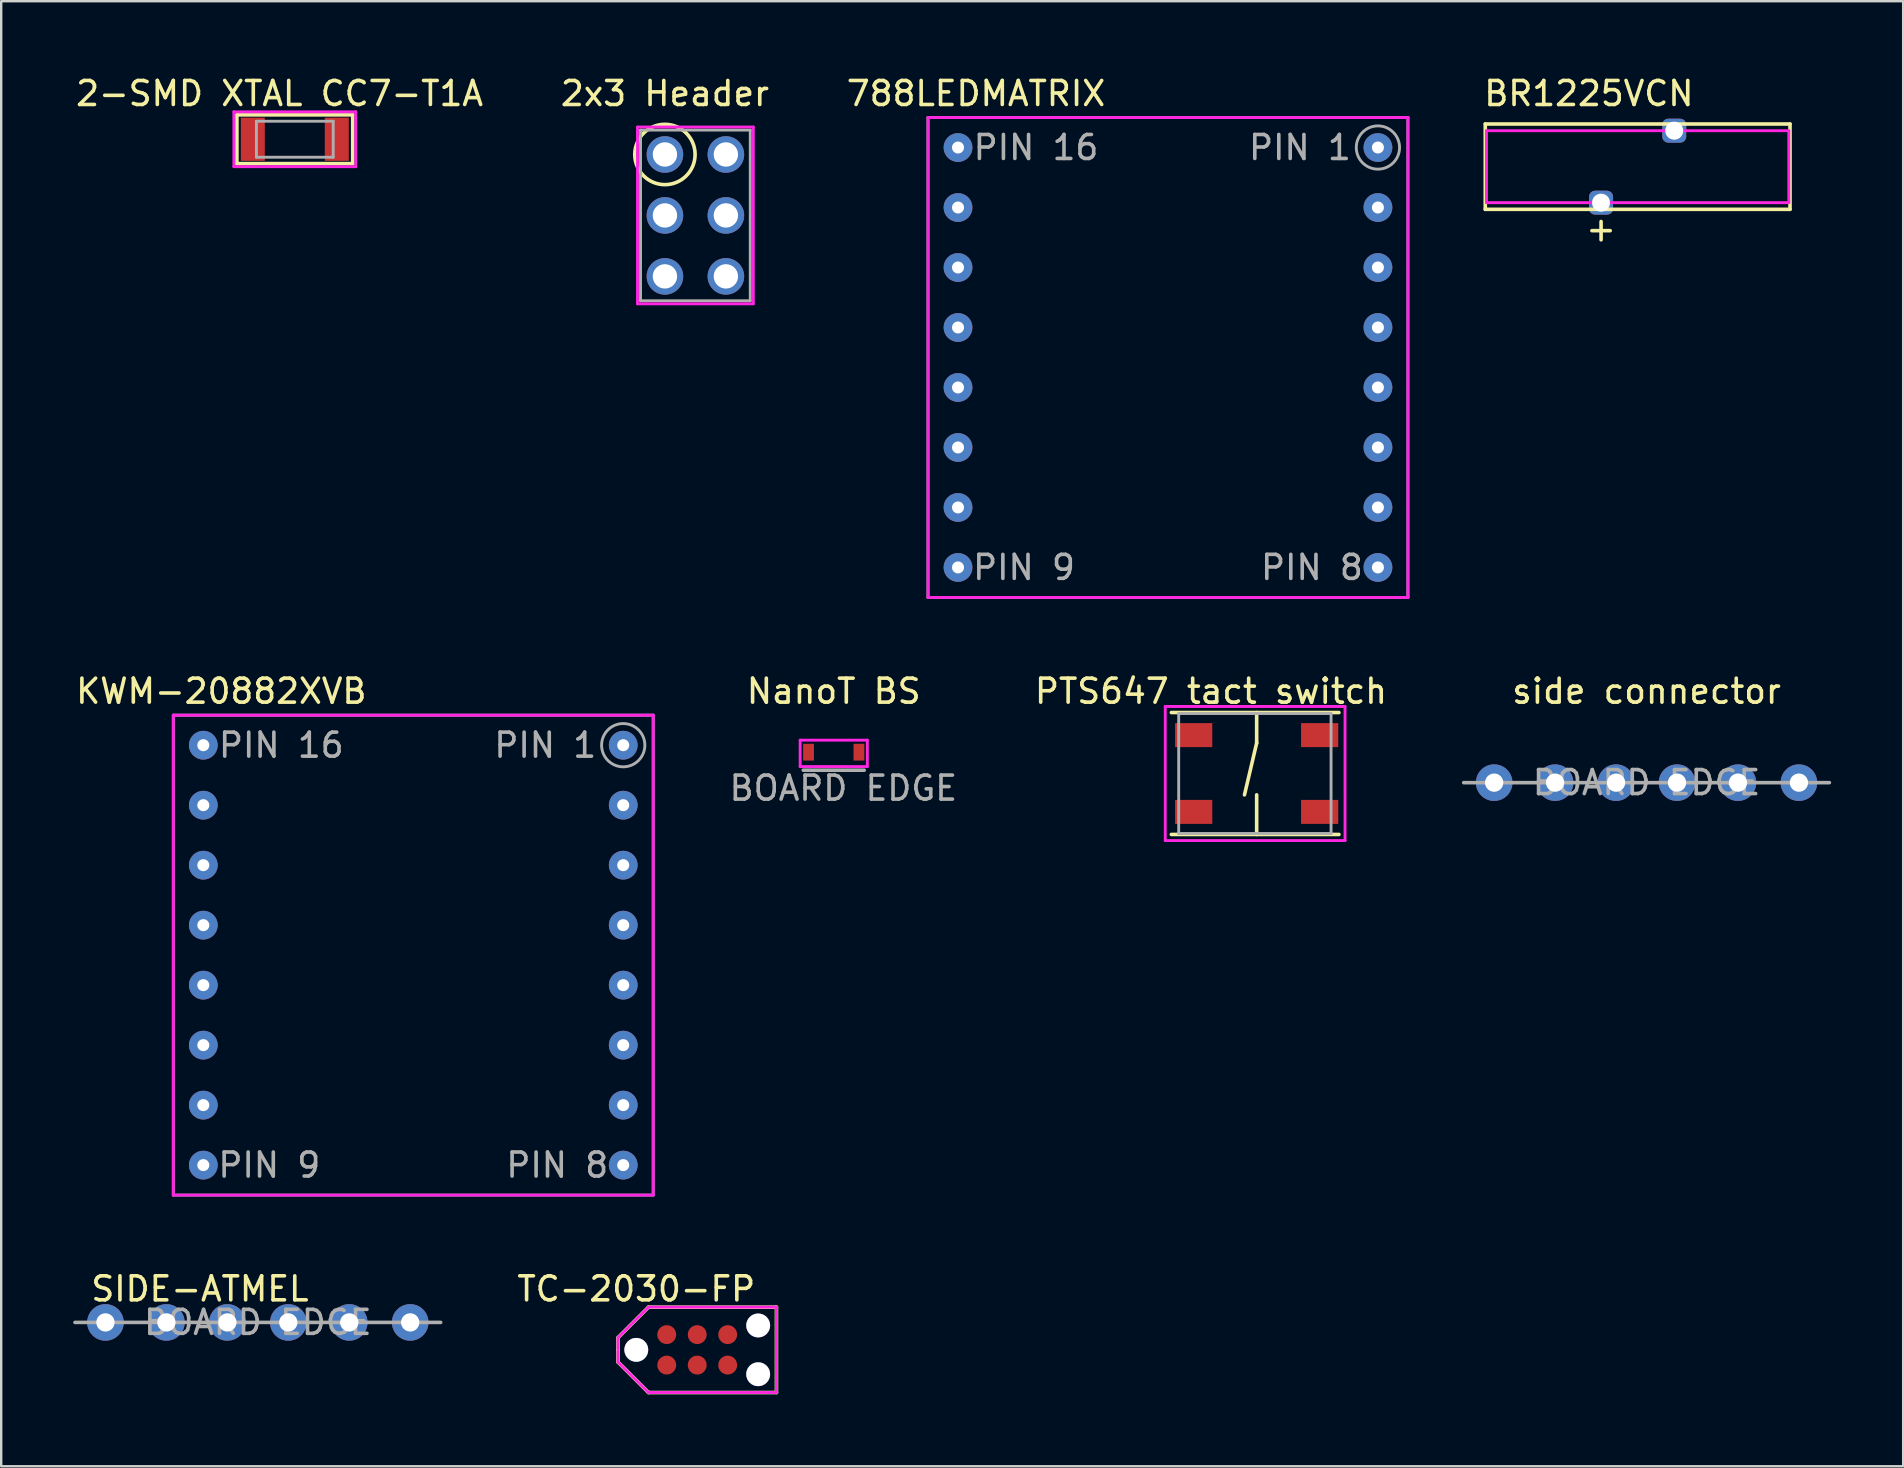
<source format=kicad_pcb>
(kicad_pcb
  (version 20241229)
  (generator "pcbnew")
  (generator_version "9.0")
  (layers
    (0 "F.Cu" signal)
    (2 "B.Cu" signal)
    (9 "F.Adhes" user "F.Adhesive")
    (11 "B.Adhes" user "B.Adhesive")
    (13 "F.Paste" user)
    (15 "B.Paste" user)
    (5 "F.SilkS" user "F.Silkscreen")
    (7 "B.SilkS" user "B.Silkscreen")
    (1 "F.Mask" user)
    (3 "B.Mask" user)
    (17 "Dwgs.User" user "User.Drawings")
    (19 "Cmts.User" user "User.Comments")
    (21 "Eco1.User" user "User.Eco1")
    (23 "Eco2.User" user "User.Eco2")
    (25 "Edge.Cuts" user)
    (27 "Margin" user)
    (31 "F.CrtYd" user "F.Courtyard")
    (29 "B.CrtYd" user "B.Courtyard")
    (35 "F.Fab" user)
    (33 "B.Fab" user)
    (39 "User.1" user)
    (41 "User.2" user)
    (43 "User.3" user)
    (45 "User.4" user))
  (footprint "788LEDMATRIX"
    (layer "F.Cu")
    (at 45.625 3.098)
    (property "Reference" "788LEDMATRIX" (at -8 -2.25 0) (layer "F.SilkS") (effects (font (size 1 1) (thickness 0.15))))
    (attr through_hole)
    (fp_line (start -10 -1.25) (end 10 -1.25) (stroke (width 0.12) (type solid)) (layer "F.CrtYd"))
    (fp_line (start -10 18.75) (end -10 -1.25) (stroke (width 0.12) (type solid)) (layer "F.CrtYd"))
    (fp_line (start 10 -1.25) (end 10 18.75) (stroke (width 0.12) (type solid)) (layer "F.CrtYd"))
    (fp_line (start 10 18.75) (end -10 18.75) (stroke (width 0.12) (type solid)) (layer "F.CrtYd"))
    (fp_line (start -10 -1.25) (end 10 -1.25) (stroke (width 0.12) (type solid)) (layer "F.Fab"))
    (fp_line (start -10 18.75) (end -10 -1.25) (stroke (width 0.12) (type solid)) (layer "F.Fab"))
    (fp_line (start 10 -1.25) (end 10 18.75) (stroke (width 0.12) (type solid)) (layer "F.Fab"))
    (fp_line (start 10 18.75) (end -10 18.75) (stroke (width 0.12) (type solid)) (layer "F.Fab"))
    (fp_circle (center 8.75 0) (end 9.5 -0.5) (stroke (width 0.12) (type solid)) (fill no) (layer "F.Fab"))
    (fp_text user "PIN 8" (at 6 17.5 0) (layer "F.Fab") (effects (font (size 1 1) (thickness 0.15))))
    (fp_text user "PIN 16" (at -5.5 0 0) (layer "F.Fab") (effects (font (size 1 1) (thickness 0.15))))
    (fp_text user "PIN 9" (at -6 17.5 0) (layer "F.Fab") (effects (font (size 1 1) (thickness 0.15))))
    (fp_text user "PIN 1" (at 5.5 0 0) (layer "F.Fab") (effects (font (size 1 1) (thickness 0.15))))
    (pad "C1" thru_hole circle (at -8.75 7.5) (size 1.2 1.2) (drill 0.5) (layers "*.Cu" "*.Mask"))
    (pad "C2" thru_hole circle (at 8.75 5) (size 1.2 1.2) (drill 0.5) (layers "*.Cu" "*.Mask"))
    (pad "C3" thru_hole circle (at 8.75 7.5) (size 1.2 1.2) (drill 0.5) (layers "*.Cu" "*.Mask"))
    (pad "C4" thru_hole circle (at -8.75 15) (size 1.2 1.2) (drill 0.5) (layers "*.Cu" "*.Mask"))
    (pad "C5" thru_hole circle (at 8.75 12.5) (size 1.2 1.2) (drill 0.5) (layers "*.Cu" "*.Mask"))
    (pad "C6" thru_hole circle (at -8.75 12.5) (size 1.2 1.2) (drill 0.5) (layers "*.Cu" "*.Mask"))
    (pad "C7" thru_hole circle (at -8.75 2.5) (size 1.2 1.2) (drill 0.5) (layers "*.Cu" "*.Mask"))
    (pad "C8" thru_hole circle (at -8.75 0) (size 1.2 1.2) (drill 0.5) (layers "*.Cu" "*.Mask"))
    (pad "R1" thru_hole circle (at -8.75 17.5) (size 1.2 1.2) (drill 0.5) (layers "*.Cu" "*.Mask"))
    (pad "R2" thru_hole circle (at -8.75 5) (size 1.2 1.2) (drill 0.5) (layers "*.Cu" "*.Mask"))
    (pad "R3" thru_hole circle (at 8.75 17.5) (size 1.2 1.2) (drill 0.5) (layers "*.Cu" "*.Mask"))
    (pad "R4" thru_hole circle (at -8.75 10) (size 1.2 1.2) (drill 0.5) (layers "*.Cu" "*.Mask"))
    (pad "R5" thru_hole circle (at 8.75 0) (size 1.2 1.2) (drill 0.5) (layers "*.Cu" "*.Mask"))
    (pad "R6" thru_hole circle (at 8.75 15) (size 1.2 1.2) (drill 0.5) (layers "*.Cu" "*.Mask"))
    (pad "R7" thru_hole circle (at 8.75 2.5) (size 1.2 1.2) (drill 0.5) (layers "*.Cu" "*.Mask"))
    (pad "R8" thru_hole circle (at 8.75 10) (size 1.2 1.2) (drill 0.5) (layers "*.Cu" "*.Mask")))
  (footprint "KWM-20882XVB"
    (layer "F.Cu")
    (at 14.173 28.006)
    (property "Reference" "KWM-20882XVB" (at -8 -2.25 0) (layer "F.SilkS") (effects (font (size 1 1) (thickness 0.15))))
    (attr through_hole)
    (fp_line (start -10 -1.25) (end 10 -1.25) (stroke (width 0.12) (type solid)) (layer "F.CrtYd"))
    (fp_line (start -10 18.75) (end -10 -1.25) (stroke (width 0.12) (type solid)) (layer "F.CrtYd"))
    (fp_line (start 10 -1.25) (end 10 18.75) (stroke (width 0.12) (type solid)) (layer "F.CrtYd"))
    (fp_line (start 10 18.75) (end -10 18.75) (stroke (width 0.12) (type solid)) (layer "F.CrtYd"))
    (fp_line (start -10 -1.25) (end 10 -1.25) (stroke (width 0.12) (type solid)) (layer "F.Fab"))
    (fp_line (start -10 18.75) (end -10 -1.25) (stroke (width 0.12) (type solid)) (layer "F.Fab"))
    (fp_line (start 10 -1.25) (end 10 18.75) (stroke (width 0.12) (type solid)) (layer "F.Fab"))
    (fp_line (start 10 18.75) (end -10 18.75) (stroke (width 0.12) (type solid)) (layer "F.Fab"))
    (fp_circle (center 8.75 0) (end 9.5 -0.5) (stroke (width 0.12) (type solid)) (fill no) (layer "F.Fab"))
    (fp_text user "PIN 16" (at -5.5 0 0) (layer "F.Fab") (effects (font (size 1 1) (thickness 0.15))))
    (fp_text user "PIN 9" (at -6 17.5 0) (layer "F.Fab") (effects (font (size 1 1) (thickness 0.15))))
    (fp_text user "PIN 8" (at 6 17.5 0) (layer "F.Fab") (effects (font (size 1 1) (thickness 0.15))))
    (fp_text user "PIN 1" (at 5.5 0 0) (layer "F.Fab") (effects (font (size 1 1) (thickness 0.15))))
    (pad "C1" thru_hole circle (at 8.75 10) (size 1.2 1.2) (drill 0.5) (layers "*.Cu" "*.Mask"))
    (pad "C2" thru_hole circle (at 8.75 12.5) (size 1.2 1.2) (drill 0.5) (layers "*.Cu" "*.Mask"))
    (pad "C3" thru_hole circle (at 8.75 15) (size 1.2 1.2) (drill 0.5) (layers "*.Cu" "*.Mask"))
    (pad "C4" thru_hole circle (at 8.75 17.5) (size 1.2 1.2) (drill 0.5) (layers "*.Cu" "*.Mask"))
    (pad "C5" thru_hole circle (at -8.75 0) (size 1.2 1.2) (drill 0.5) (layers "*.Cu" "*.Mask"))
    (pad "C6" thru_hole circle (at -8.75 2.5) (size 1.2 1.2) (drill 0.5) (layers "*.Cu" "*.Mask"))
    (pad "C7" thru_hole circle (at -8.75 5) (size 1.2 1.2) (drill 0.5) (layers "*.Cu" "*.Mask"))
    (pad "C8" thru_hole circle (at -8.75 7.5) (size 1.2 1.2) (drill 0.5) (layers "*.Cu" "*.Mask"))
    (pad "R1" thru_hole circle (at 8.75 0) (size 1.2 1.2) (drill 0.5) (layers "*.Cu" "*.Mask"))
    (pad "R2" thru_hole circle (at 8.75 2.5) (size 1.2 1.2) (drill 0.5) (layers "*.Cu" "*.Mask"))
    (pad "R3" thru_hole circle (at 8.75 5) (size 1.2 1.2) (drill 0.5) (layers "*.Cu" "*.Mask"))
    (pad "R4" thru_hole circle (at 8.75 7.5) (size 1.2 1.2) (drill 0.5) (layers "*.Cu" "*.Mask"))
    (pad "R5" thru_hole circle (at -8.75 10) (size 1.2 1.2) (drill 0.5) (layers "*.Cu" "*.Mask"))
    (pad "R6" thru_hole circle (at -8.75 12.5) (size 1.2 1.2) (drill 0.5) (layers "*.Cu" "*.Mask"))
    (pad "R7" thru_hole circle (at -8.75 15) (size 1.2 1.2) (drill 0.5) (layers "*.Cu" "*.Mask"))
    (pad "R8" thru_hole circle (at -8.75 17.5) (size 1.2 1.2) (drill 0.5) (layers "*.Cu" "*.Mask")))
  (footprint "TC-2030-FP"
    (layer "F.Cu")
    (at 23.467 53.205)
    (property "Reference" "TC-2030-FP" (at 0 -2.54 0) (layer "F.SilkS") (effects (font (size 1 1) (thickness 0.15))))
    (attr through_hole)
    (fp_line (start -0.762 -0.508) (end 0.508 -1.778) (stroke (width 0.15) (type solid)) (layer "F.SilkS"))
    (fp_line (start -0.762 0) (end -0.762 -0.508) (stroke (width 0.15) (type solid)) (layer "F.SilkS"))
    (fp_line (start -0.762 0.508) (end -0.762 0) (stroke (width 0.15) (type solid)) (layer "F.SilkS"))
    (fp_line (start 0.508 -1.778) (end 5.842 -1.778) (stroke (width 0.15) (type solid)) (layer "F.SilkS"))
    (fp_line (start 0.508 1.778) (end -0.762 0.508) (stroke (width 0.15) (type solid)) (layer "F.SilkS"))
    (fp_line (start 5.842 -1.778) (end 5.842 1.778) (stroke (width 0.15) (type solid)) (layer "F.SilkS"))
    (fp_line (start 5.842 1.778) (end 0.508 1.778) (stroke (width 0.15) (type solid)) (layer "F.SilkS"))
    (fp_line (start -0.762 -0.508) (end 0.508 -1.778) (stroke (width 0.12) (type solid)) (layer "F.CrtYd"))
    (fp_line (start -0.762 0.508) (end -0.762 -0.508) (stroke (width 0.12) (type solid)) (layer "F.CrtYd"))
    (fp_line (start 0.508 -1.778) (end 5.842 -1.778) (stroke (width 0.12) (type solid)) (layer "F.CrtYd"))
    (fp_line (start 0.508 1.778) (end -0.762 0.508) (stroke (width 0.12) (type solid)) (layer "F.CrtYd"))
    (fp_line (start 5.842 -1.778) (end 5.842 1.778) (stroke (width 0.12) (type solid)) (layer "F.CrtYd"))
    (fp_line (start 5.842 1.778) (end 0.508 1.778) (stroke (width 0.12) (type solid)) (layer "F.CrtYd"))
    (pad "" np_thru_hole circle (at 0 0) (size 1 1) (drill 0.991) (layers "*.Cu" "*.Mask"))
    (pad "" np_thru_hole circle (at 5.08 -1.016) (size 1 1) (drill 0.991) (layers "*.Cu" "*.Mask"))
    (pad "" np_thru_hole circle (at 5.08 1.016) (size 1 1) (drill 0.991) (layers "*.Cu" "*.Mask"))
    (pad "1" smd circle (at 1.27 0.635) (size 0.787 0.787) (layers "F.Cu" "F.Mask"))
    (pad "2" smd circle (at 1.27 -0.635) (size 0.787 0.787) (layers "F.Cu" "F.Mask"))
    (pad "3" smd circle (at 2.54 0.635) (size 0.787 0.787) (layers "F.Cu" "F.Mask"))
    (pad "4" smd circle (at 2.54 -0.635) (size 0.787 0.787) (layers "F.Cu" "F.Mask"))
    (pad "5" smd circle (at 3.81 0.635) (size 0.787 0.787) (layers "F.Cu" "F.Mask"))
    (pad "6" smd circle (at 3.81 -0.635) (size 0.787 0.787) (layers "F.Cu" "F.Mask")))
  (footprint "side connector"
    (layer "F.Cu")
    (at 65.57 29.567)
    (property "Reference" "side connector" (at 0 -3.81 0) (layer "F.SilkS") (effects (font (size 1 1) (thickness 0.15))))
    (attr through_hole)
    (fp_line (start -7.62 0) (end 7.62 0) (stroke (width 0.15) (type solid)) (layer "F.Fab"))
    (fp_text user "BOARD EDGE" (at 0 0 0) (layer "F.Fab") (effects (font (size 1 1) (thickness 0.15))))
    (pad "1" thru_hole circle (at -6.35 0) (size 1.524 1.524) (drill 0.762) (layers "*.Cu" "*.Mask"))
    (pad "2" thru_hole circle (at -3.81 0) (size 1.524 1.524) (drill 0.762) (layers "*.Cu" "*.Mask"))
    (pad "3" thru_hole circle (at -1.27 0) (size 1.524 1.524) (drill 0.762) (layers "*.Cu" "*.Mask"))
    (pad "4" thru_hole circle (at 1.27 0) (size 1.524 1.524) (drill 0.762) (layers "*.Cu" "*.Mask"))
    (pad "5" thru_hole circle (at 3.81 0) (size 1.524 1.524) (drill 0.762) (layers "*.Cu" "*.Mask"))
    (pad "6" thru_hole circle (at 6.35 0) (size 1.524 1.524) (drill 0.762) (layers "*.Cu" "*.Mask")))
  (footprint "2x3 Header"
    (layer "F.Cu")
    (at 25.931 5.928)
    (property "Reference" "2x3 Header" (at -1.27 -5.08 0) (layer "F.SilkS") (effects (font (size 1 1) (thickness 0.15))))
    (attr through_hole)
    (fp_circle (center -1.27 -2.54) (end -0.381 -3.429) (stroke (width 0.15) (type solid)) (fill no) (layer "F.SilkS"))
    (fp_line (start -2.413 -3.683) (end 2.413 -3.683) (stroke (width 0.12) (type solid)) (layer "F.CrtYd"))
    (fp_line (start -2.413 3.683) (end -2.413 -3.683) (stroke (width 0.12) (type solid)) (layer "F.CrtYd"))
    (fp_line (start 2.413 -3.683) (end 2.413 3.683) (stroke (width 0.12) (type solid)) (layer "F.CrtYd"))
    (fp_line (start 2.413 3.683) (end -2.413 3.683) (stroke (width 0.12) (type solid)) (layer "F.CrtYd"))
    (fp_line (start -2.286 -3.556) (end 2.286 -3.556) (stroke (width 0.12) (type solid)) (layer "F.Fab"))
    (fp_line (start -2.286 3.556) (end -2.286 -3.556) (stroke (width 0.12) (type solid)) (layer "F.Fab"))
    (fp_line (start 2.286 -3.556) (end 2.286 3.556) (stroke (width 0.12) (type solid)) (layer "F.Fab"))
    (fp_line (start 2.286 3.556) (end -2.286 3.556) (stroke (width 0.12) (type solid)) (layer "F.Fab"))
    (pad "1" thru_hole circle (at -1.27 -2.54) (size 1.524 1.524) (drill 1.016) (layers "*.Cu" "*.Mask"))
    (pad "2" thru_hole circle (at 1.27 -2.54) (size 1.524 1.524) (drill 1.016) (layers "*.Cu" "*.Mask"))
    (pad "3" thru_hole circle (at -1.27 0) (size 1.524 1.524) (drill 1.016) (layers "*.Cu" "*.Mask"))
    (pad "4" thru_hole circle (at 1.27 0) (size 1.524 1.524) (drill 1.016) (layers "*.Cu" "*.Mask"))
    (pad "5" thru_hole circle (at -1.27 2.54) (size 1.524 1.524) (drill 1.016) (layers "*.Cu" "*.Mask"))
    (pad "6" thru_hole circle (at 1.27 2.54) (size 1.524 1.524) (drill 1.016) (layers "*.Cu" "*.Mask")))
  (footprint "PTS647 tact switch"
    (layer "F.Cu")
    (at 49.322 29.186)
    (property "Reference" "PTS647 tact switch" (at -1.905 -3.429 0) (layer "F.SilkS") (effects (font (size 1 1) (thickness 0.15))))
    (attr through_hole)
    (fp_line (start -3.556 -2.54) (end 3.429 -2.54) (stroke (width 0.15) (type solid)) (layer "F.SilkS"))
    (fp_line (start 0 -2.54) (end 0 -1.27) (stroke (width 0.15) (type solid)) (layer "F.SilkS"))
    (fp_line (start 0 -1.27) (end -0.508 0.889) (stroke (width 0.15) (type solid)) (layer "F.SilkS"))
    (fp_line (start 0 0.889) (end 0 2.54) (stroke (width 0.15) (type solid)) (layer "F.SilkS"))
    (fp_line (start 3.429 2.54) (end -3.556 2.54) (stroke (width 0.15) (type solid)) (layer "F.SilkS"))
    (fp_line (start -3.81 -2.794) (end 3.683 -2.794) (stroke (width 0.12) (type solid)) (layer "F.CrtYd"))
    (fp_line (start -3.81 2.794) (end -3.81 -2.794) (stroke (width 0.12) (type solid)) (layer "F.CrtYd"))
    (fp_line (start 3.683 -2.794) (end 3.683 2.794) (stroke (width 0.12) (type solid)) (layer "F.CrtYd"))
    (fp_line (start 3.683 2.794) (end -3.81 2.794) (stroke (width 0.12) (type solid)) (layer "F.CrtYd"))
    (fp_line (start -3.25 -2.5) (end 3.1 -2.5) (stroke (width 0.12) (type solid)) (layer "F.Fab"))
    (fp_line (start -3.25 2.5) (end -3.25 -2.5) (stroke (width 0.12) (type solid)) (layer "F.Fab"))
    (fp_line (start 3.1 2.5) (end -3.25 2.5) (stroke (width 0.12) (type solid)) (layer "F.Fab"))
    (fp_line (start 3.1 2.5) (end 3.1 -2.5) (stroke (width 0.12) (type solid)) (layer "F.Fab"))
    (pad "1" smd rect (at -2.625 -1.6) (size 1.55 1) (layers "F.Cu" "F.Mask" "F.Paste"))
    (pad "2" smd rect (at 2.625 -1.6) (size 1.55 1) (layers "F.Cu" "F.Mask" "F.Paste"))
    (pad "3" smd rect (at -2.625 1.6) (size 1.55 1) (layers "F.Cu" "F.Mask" "F.Paste"))
    (pad "4" smd rect (at 2.625 1.6) (size 1.55 1) (layers "F.Cu" "F.Mask" "F.Paste")))
  (footprint "BR1225VCN"
    (layer "F.Cu")
    (at 65.199 3.896)
    (property "Reference" "BR1225VCN" (at -2.032 -3.048 0) (layer "F.SilkS") (effects (font (size 1 1) (thickness 0.15))))
    (attr through_hole)
    (fp_line (start -6.35 -1.778) (end -6.35 1.778) (stroke (width 0.15) (type solid)) (layer "F.SilkS"))
    (fp_line (start -6.35 1.778) (end 6.35 1.778) (stroke (width 0.15) (type solid)) (layer "F.SilkS"))
    (fp_line (start -1.905 2.667) (end -1.143 2.667) (stroke (width 0.15) (type solid)) (layer "F.SilkS"))
    (fp_line (start -1.524 2.286) (end -1.524 3.048) (stroke (width 0.15) (type solid)) (layer "F.SilkS"))
    (fp_line (start 6.35 -1.778) (end -6.35 -1.778) (stroke (width 0.15) (type solid)) (layer "F.SilkS"))
    (fp_line (start 6.35 1.778) (end 6.35 -1.778) (stroke (width 0.15) (type solid)) (layer "F.SilkS"))
    (fp_line (start -6.3 -1.5) (end -6.3 1.5) (stroke (width 0.12) (type solid)) (layer "F.CrtYd"))
    (fp_line (start -6.3 -1.5) (end 6.3 -1.5) (stroke (width 0.12) (type solid)) (layer "F.CrtYd"))
    (fp_line (start -6.3 1.5) (end 6.3 1.5) (stroke (width 0.12) (type solid)) (layer "F.CrtYd"))
    (fp_line (start 6.3 -1.5) (end 6.3 1.5) (stroke (width 0.12) (type solid)) (layer "F.CrtYd"))
    (pad "1" thru_hole roundrect (at -1.525 1.5) (size 1 1) (drill 0.75) (layers "*.Cu" "*.Mask") (roundrect_rratio 0.25))
    (pad "2" thru_hole roundrect (at 1.525 -1.5) (size 1 1) (drill 0.75) (layers "*.Cu" "*.Mask") (roundrect_rratio 0.25)))
  (footprint "2-SMD XTAL CC7-T1A"
    (layer "F.Cu")
    (at 9.236 2.753)
    (property "Reference" "2-SMD XTAL CC7-T1A" (at -0.635 -1.905 0) (layer "F.SilkS") (effects (font (size 1 1) (thickness 0.15))))
    (attr through_hole)
    (fp_line (start -2.413 -1.016) (end 2.413 -1.016) (stroke (width 0.15) (type solid)) (layer "F.SilkS"))
    (fp_line (start -2.413 1.016) (end -2.413 -1.016) (stroke (width 0.15) (type solid)) (layer "F.SilkS"))
    (fp_line (start 2.413 -1.016) (end 2.413 1.016) (stroke (width 0.15) (type solid)) (layer "F.SilkS"))
    (fp_line (start 2.413 1.016) (end -2.413 1.016) (stroke (width 0.15) (type solid)) (layer "F.SilkS"))
    (fp_line (start -2.54 -1.143) (end 2.54 -1.143) (stroke (width 0.12) (type solid)) (layer "F.CrtYd"))
    (fp_line (start -2.54 1.143) (end -2.54 -1.143) (stroke (width 0.12) (type solid)) (layer "F.CrtYd"))
    (fp_line (start 2.54 -1.143) (end 2.54 1.143) (stroke (width 0.12) (type solid)) (layer "F.CrtYd"))
    (fp_line (start 2.54 1.143) (end -2.54 1.143) (stroke (width 0.12) (type solid)) (layer "F.CrtYd"))
    (fp_line (start -1.6 -0.75) (end -1.6 0.75) (stroke (width 0.12) (type solid)) (layer "F.Fab"))
    (fp_line (start -1.6 -0.75) (end 1.6 -0.75) (stroke (width 0.12) (type solid)) (layer "F.Fab"))
    (fp_line (start -1.6 0.75) (end 1.6 0.75) (stroke (width 0.12) (type solid)) (layer "F.Fab"))
    (fp_line (start 1.6 -0.75) (end 1.6 0.75) (stroke (width 0.12) (type solid)) (layer "F.Fab"))
    (pad "1" smd rect (at -1.75 0) (size 1 1.8) (layers "F.Cu" "F.Mask" "F.Paste"))
    (pad "2" smd rect (at 1.75 0) (size 1 1.8) (layers "F.Cu" "F.Mask" "F.Paste")))
  (footprint "SIDE-ATMEL"
    (layer "F.Cu")
    (at 7.695 52.062)
    (property "Reference" "SIDE-ATMEL" (at -2.413 -1.397 0) (layer "F.SilkS") (effects (font (size 1 1) (thickness 0.15))))
    (attr through_hole)
    (fp_line (start -7.62 0) (end 7.62 0) (stroke (width 0.15) (type solid)) (layer "F.Fab"))
    (fp_text user "BOARD EDGE" (at 0 0 0) (layer "F.Fab") (effects (font (size 1 1) (thickness 0.15))))
    (pad "1" thru_hole circle (at -6.35 0) (size 1.524 1.524) (drill 0.762) (layers "*.Cu" "*.Mask"))
    (pad "2" thru_hole circle (at -3.81 0) (size 1.524 1.524) (drill 0.762) (layers "*.Cu" "*.Mask"))
    (pad "3" thru_hole circle (at -1.27 0) (size 1.524 1.524) (drill 0.762) (layers "*.Cu" "*.Mask"))
    (pad "4" thru_hole circle (at 1.27 0) (size 1.524 1.524) (drill 0.762) (layers "*.Cu" "*.Mask"))
    (pad "5" thru_hole circle (at 3.81 0) (size 1.524 1.524) (drill 0.762) (layers "*.Cu" "*.Mask"))
    (pad "6" thru_hole circle (at 6.35 0) (size 1.524 1.524) (drill 0.762) (layers "*.Cu" "*.Mask")))
  (footprint "NanoT BS"
    (layer "F.Cu")
    (at 31.696 28.297)
    (property "Reference" "NanoT BS" (at 0 -2.54 0) (layer "F.SilkS") (effects (font (size 1 1) (thickness 0.15))))
    (attr through_hole)
    (fp_line (start -1.4 -0.5) (end 1.4 -0.5) (stroke (width 0.12) (type solid)) (layer "F.CrtYd"))
    (fp_line (start -1.4 0.6) (end -1.4 -0.5) (stroke (width 0.12) (type solid)) (layer "F.CrtYd"))
    (fp_line (start 1.4 -0.5) (end 1.4 0.6) (stroke (width 0.12) (type solid)) (layer "F.CrtYd"))
    (fp_line (start 1.4 0.6) (end -1.4 0.6) (stroke (width 0.12) (type solid)) (layer "F.CrtYd"))
    (fp_line (start -1.27 0.75) (end 1.27 0.75) (stroke (width 0.15) (type solid)) (layer "F.Fab"))
    (fp_text user "BOARD EDGE" (at 0.4 1.5 0) (layer "F.Fab") (effects (font (size 1 1) (thickness 0.15))))
    (pad "1" smd rect (at -1.05 0) (size 0.45 0.7) (layers "F.Cu" "F.Mask" "F.Paste"))
    (pad "2" smd rect (at 1.05 0) (size 0.45 0.7) (layers "F.Cu" "F.Mask" "F.Paste")))
  (gr_rect
    (start -3 -3)
    (end 76.265 58.058)
    (stroke (width 0.1) (type default))
    (fill no)
    (layer "Edge.Cuts")))
</source>
